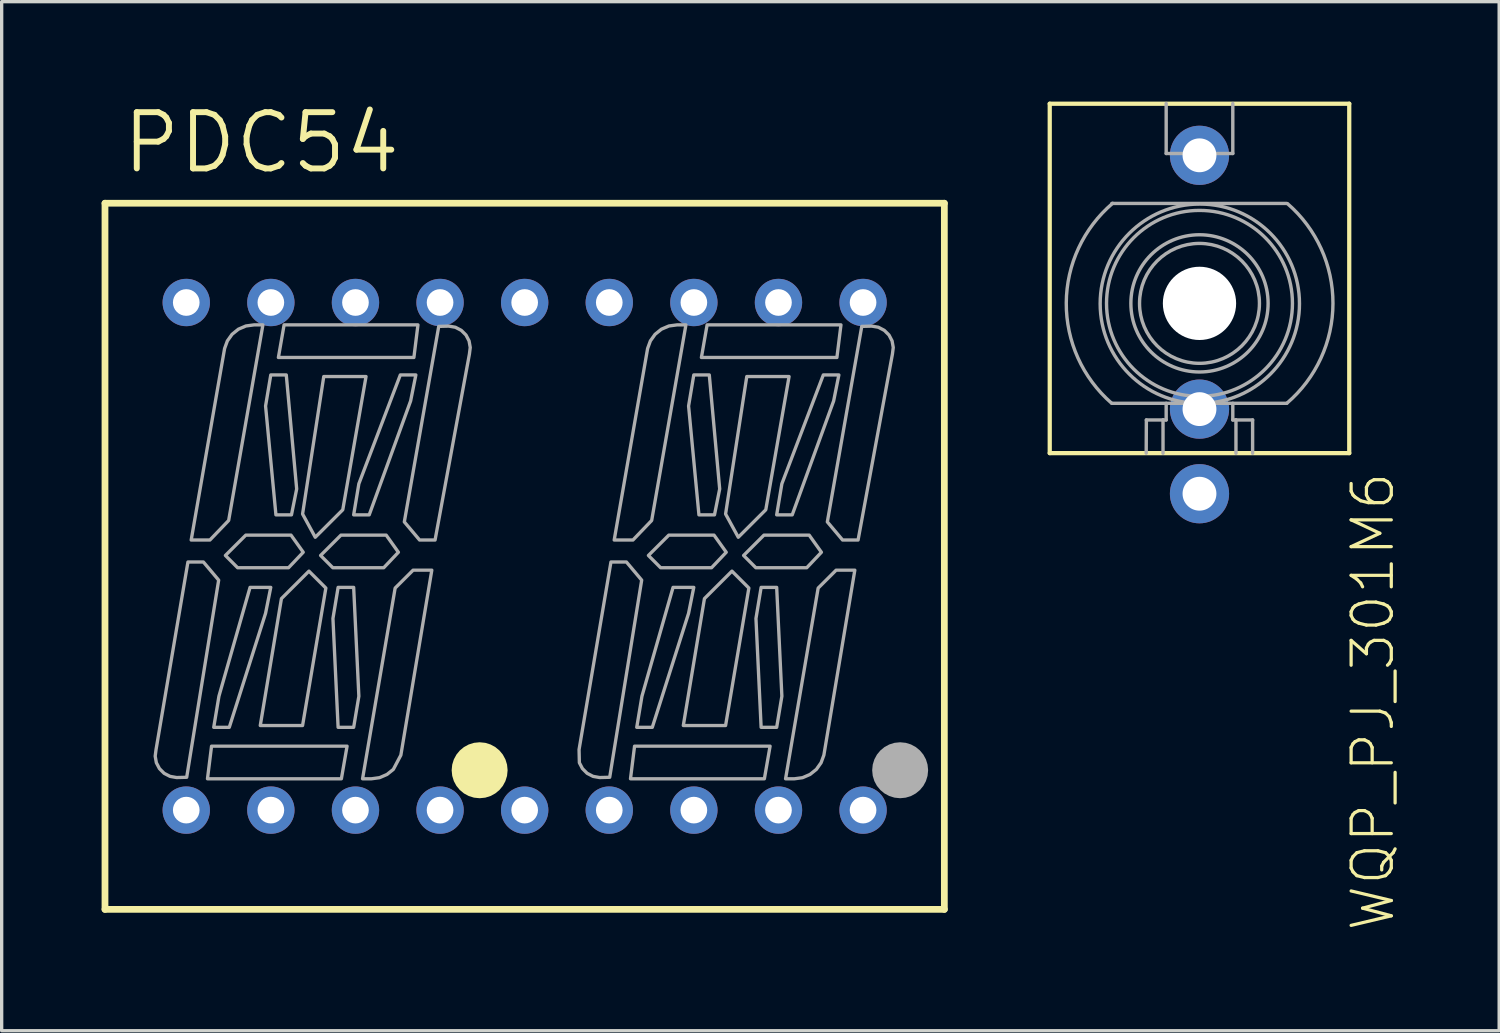
<source format=kicad_pcb>
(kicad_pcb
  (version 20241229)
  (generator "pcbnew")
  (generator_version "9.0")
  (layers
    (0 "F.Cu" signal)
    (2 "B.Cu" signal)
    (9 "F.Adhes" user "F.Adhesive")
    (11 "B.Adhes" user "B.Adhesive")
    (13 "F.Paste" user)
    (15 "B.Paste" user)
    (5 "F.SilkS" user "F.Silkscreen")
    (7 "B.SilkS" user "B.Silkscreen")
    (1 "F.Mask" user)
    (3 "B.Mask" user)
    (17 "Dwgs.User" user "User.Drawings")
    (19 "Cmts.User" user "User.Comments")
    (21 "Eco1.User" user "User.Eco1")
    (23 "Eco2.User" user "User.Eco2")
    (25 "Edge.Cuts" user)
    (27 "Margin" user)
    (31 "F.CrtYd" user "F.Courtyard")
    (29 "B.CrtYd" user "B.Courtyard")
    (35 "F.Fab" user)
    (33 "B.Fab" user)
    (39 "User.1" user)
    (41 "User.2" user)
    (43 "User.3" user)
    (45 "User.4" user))
  (footprint "WQP_PJ_301M6"
    (layer "F.Cu")
    (at 32.962 6.058)
    (property "Reference" "WQP_PJ_301M6" (at 4.5 5 90) (layer "F.SilkS") (effects (font (size 1.206 1.206) (thickness 0.097)) (justify right top)))
    (attr through_hole)
    (fp_line (start -4.496 -5.994) (end 4.496 -5.994) (stroke (width 0.127) (type solid)) (layer "F.SilkS"))
    (fp_line (start -4.496 4.496) (end -4.496 -5.994) (stroke (width 0.127) (type solid)) (layer "F.SilkS"))
    (fp_line (start 4.496 -5.994) (end 4.496 4.496) (stroke (width 0.127) (type solid)) (layer "F.SilkS"))
    (fp_line (start 4.496 4.496) (end -4.496 4.496) (stroke (width 0.127) (type solid)) (layer "F.SilkS"))
    (fp_line (start -2.631 -3) (end 2.62 -3) (stroke (width 0.102) (type solid)) (layer "F.Fab"))
    (fp_line (start -2.631 3) (end 2.62 3) (stroke (width 0.102) (type solid)) (layer "F.Fab"))
    (fp_line (start -1.6 4.496) (end -1.595 3.5) (stroke (width 0.102) (type solid)) (layer "F.Fab"))
    (fp_line (start -1.595 3.5) (end -1.095 3.5) (stroke (width 0.102) (type solid)) (layer "F.Fab"))
    (fp_line (start -1.095 3.5) (end -1.095 4.5) (stroke (width 0.102) (type solid)) (layer "F.Fab"))
    (fp_line (start -1.095 3.5) (end -1 3.5) (stroke (width 0.102) (type solid)) (layer "F.Fab"))
    (fp_line (start -1 -4.5) (end -1 -6) (stroke (width 0.102) (type solid)) (layer "F.Fab"))
    (fp_line (start -1 0) (end 1 0) (stroke (width 0.102) (type solid)) (layer "F.Fab"))
    (fp_line (start -1 3.5) (end -1 3) (stroke (width 0.102) (type solid)) (layer "F.Fab"))
    (fp_line (start 0 -1) (end 0 1) (stroke (width 0.102) (type solid)) (layer "F.Fab"))
    (fp_line (start 1 -6) (end 1 -4.5) (stroke (width 0.102) (type solid)) (layer "F.Fab"))
    (fp_line (start 1 -4.5) (end -1 -4.5) (stroke (width 0.102) (type solid)) (layer "F.Fab"))
    (fp_line (start 1 3) (end 1 3.5) (stroke (width 0.102) (type solid)) (layer "F.Fab"))
    (fp_line (start 1 3.5) (end 1.095 3.5) (stroke (width 0.102) (type solid)) (layer "F.Fab"))
    (fp_line (start 1.095 3.5) (end 1.095 4.5) (stroke (width 0.102) (type solid)) (layer "F.Fab"))
    (fp_line (start 1.095 3.5) (end 1.595 3.5) (stroke (width 0.102) (type solid)) (layer "F.Fab"))
    (fp_line (start 1.595 3.5) (end 1.595 4.5) (stroke (width 0.102) (type solid)) (layer "F.Fab"))
    (fp_arc (start -2.641998 2.994) (mid -3.999529 -0.012791) (end -2.608 -3.004) (stroke (width 0.1016) (type solid)) (layer "F.Fab"))
    (fp_arc (start 2.642 -2.994) (mid 4.007235 0.003208) (end 2.628 2.994) (stroke (width 0.1016) (type solid)) (layer "F.Fab"))
    (fp_circle (center 0 0) (end 1.8 0) (stroke (width 0.102) (type solid)) (fill no) (layer "F.Fab"))
    (fp_circle (center 0 0) (end 2.06 0) (stroke (width 0.102) (type solid)) (fill no) (layer "F.Fab"))
    (fp_circle (center 0 0) (end 2.791 0) (stroke (width 0.102) (type solid)) (fill no) (layer "F.Fab"))
    (fp_circle (center 0.01 0.01) (end 3.002 0.01) (stroke (width 0.102) (type solid)) (fill no) (layer "F.Fab"))
    (pad "" np_thru_hole circle (at 0 0) (size 2.2 2.2) (drill 2.2) (layers "*.Cu" "*.Mask"))
    (pad "P1" thru_hole circle (at 0 5.715) (size 1.778 1.778) (drill 1.016) (layers "*.Cu" "*.Mask"))
    (pad "P2" thru_hole circle (at 0 3.175) (size 1.778 1.778) (drill 1.016) (layers "*.Cu" "*.Mask"))
    (pad "P3" thru_hole circle (at 0 -4.445) (size 1.778 1.778) (drill 1.016) (layers "*.Cu" "*.Mask")))
  (footprint "PDC54"
    (layer "F.Cu")
    (at 12.702 13.652)
    (property "Reference" "PDC54" (at -12.165 -11.43 0) (layer "F.SilkS") (effects (font (size 1.689 1.689) (thickness 0.178)) (justify left bottom)))
    (attr through_hole)
    (fp_line (start -12.6 -10.6) (end 12.6 -10.6) (stroke (width 0.203) (type solid)) (layer "F.SilkS"))
    (fp_line (start -12.6 10.6) (end -12.6 -10.6) (stroke (width 0.203) (type solid)) (layer "F.SilkS"))
    (fp_line (start 12.6 -10.6) (end 12.6 10.6) (stroke (width 0.203) (type solid)) (layer "F.SilkS"))
    (fp_line (start 12.6 10.6) (end -12.6 10.6) (stroke (width 0.203) (type solid)) (layer "F.SilkS"))
    (fp_circle (center -1.352 6.423) (end -0.932 6.423) (stroke (width 0.84) (type solid)) (fill no) (layer "F.SilkS"))
    (fp_circle (center 11.273 6.423) (end 11.693 6.423) (stroke (width 0.84) (type solid)) (fill no) (layer "F.Fab"))
    (fp_poly (pts (xy -7.394 -5.969) (xy -7.223 -6.948) (xy -3.204 -6.948) (xy -3.326 -5.969)) (stroke (width 0.1) (type solid)) (fill no) (layer "F.Fab"))
    (fp_poly (pts (xy -5.332 5.7) (xy -5.503 6.679) (xy -9.523 6.679) (xy -9.401 5.7)) (stroke (width 0.1) (type solid)) (fill no) (layer "F.Fab"))
    (fp_poly (pts (xy 5.306 -5.969) (xy 5.477 -6.948) (xy 9.496 -6.948) (xy 9.374 -5.969)) (stroke (width 0.1) (type solid)) (fill no) (layer "F.Fab"))
    (fp_poly (pts (xy 7.368 5.7) (xy 7.197 6.679) (xy 3.177 6.679) (xy 3.299 5.7)) (stroke (width 0.1) (type solid)) (fill no) (layer "F.Fab"))
    (fp_poly (pts (xy -6.477 0.445) (xy -7.303 1.27) (xy -7.938 5.08) (xy -6.668 5.08) (xy -5.969 0.953)) (stroke (width 0.1) (type solid)) (fill no) (layer "F.Fab"))
    (fp_poly (pts (xy -6.287 -0.572) (xy -6.668 -1.27) (xy -6.032 -5.397) (xy -4.763 -5.397) (xy -5.461 -1.397)) (stroke (width 0.1) (type solid)) (fill no) (layer "F.Fab"))
    (fp_poly (pts (xy 6.223 0.445) (xy 5.397 1.27) (xy 4.763 5.08) (xy 6.032 5.08) (xy 6.731 0.953)) (stroke (width 0.1) (type solid)) (fill no) (layer "F.Fab"))
    (fp_poly (pts (xy 6.413 -0.572) (xy 6.032 -1.27) (xy 6.668 -5.397) (xy 7.938 -5.397) (xy 7.239 -1.397)) (stroke (width 0.1) (type solid)) (fill no) (layer "F.Fab"))
    (fp_poly (pts (xy -9.335 5.134) (xy -9.179 4.2) (xy -8.245 0.933) (xy -7.623 0.933) (xy -7.779 1.711) (xy -8.868 5.134)) (stroke (width 0.1) (type solid)) (fill no) (layer "F.Fab"))
    (fp_poly (pts (xy -8.985 -0.025) (xy -8.373 -0.636) (xy -7.015 -0.636) (xy -6.648 -0.122) (xy -7.089 0.343) (xy -8.618 0.343)) (stroke (width 0.1) (type solid)) (fill no) (layer "F.Fab"))
    (fp_poly (pts (xy -7.623 -5.445) (xy -7.779 -4.512) (xy -7.468 -1.245) (xy -7.001 -1.245) (xy -6.845 -2.022) (xy -7.157 -5.445)) (stroke (width 0.1) (type solid)) (fill no) (layer "F.Fab"))
    (fp_poly (pts (xy -6.127 -0.025) (xy -5.516 -0.636) (xy -4.158 -0.636) (xy -3.791 -0.122) (xy -4.231 0.343) (xy -5.76 0.343)) (stroke (width 0.1) (type solid)) (fill no) (layer "F.Fab"))
    (fp_poly (pts (xy -5.601 0.933) (xy -5.756 1.867) (xy -5.601 5.134) (xy -5.134 5.134) (xy -4.978 4.2) (xy -5.134 0.933)) (stroke (width 0.1) (type solid)) (fill no) (layer "F.Fab"))
    (fp_poly (pts (xy -5.134 -1.245) (xy -4.978 -2.178) (xy -3.734 -5.445) (xy -3.267 -5.445) (xy -3.423 -4.667) (xy -4.667 -1.245)) (stroke (width 0.1) (type solid)) (fill no) (layer "F.Fab"))
    (fp_poly (pts (xy 3.365 5.134) (xy 3.521 4.2) (xy 4.455 0.933) (xy 5.077 0.933) (xy 4.921 1.711) (xy 3.832 5.134)) (stroke (width 0.1) (type solid)) (fill no) (layer "F.Fab"))
    (fp_poly (pts (xy 3.715 -0.025) (xy 4.327 -0.636) (xy 5.685 -0.636) (xy 6.052 -0.122) (xy 5.611 0.343) (xy 4.082 0.343)) (stroke (width 0.1) (type solid)) (fill no) (layer "F.Fab"))
    (fp_poly (pts (xy 5.077 -5.445) (xy 4.921 -4.512) (xy 5.232 -1.245) (xy 5.699 -1.245) (xy 5.855 -2.022) (xy 5.543 -5.445)) (stroke (width 0.1) (type solid)) (fill no) (layer "F.Fab"))
    (fp_poly (pts (xy 6.573 -0.025) (xy 7.184 -0.636) (xy 8.542 -0.636) (xy 8.909 -0.122) (xy 8.469 0.343) (xy 6.94 0.343)) (stroke (width 0.1) (type solid)) (fill no) (layer "F.Fab"))
    (fp_poly (pts (xy 7.099 0.933) (xy 6.944 1.867) (xy 7.099 5.134) (xy 7.566 5.134) (xy 7.722 4.2) (xy 7.566 0.933)) (stroke (width 0.1) (type solid)) (fill no) (layer "F.Fab"))
    (fp_poly (pts (xy 7.566 -1.245) (xy 7.722 -2.178) (xy 8.966 -5.445) (xy 9.433 -5.445) (xy 9.277 -4.667) (xy 8.033 -1.245)) (stroke (width 0.1) (type solid)) (fill no) (layer "F.Fab"))
    (fp_poly (pts (xy -3.889 0.954) (xy -4.867 6.679) (xy -4.598 6.679) (xy -4.357 6.646) (xy -4.133 6.549) (xy -3.943 6.397) (xy -3.717 5.969) (xy -2.788 0.416) (xy -3.35 0.416)) (stroke (width 0.1) (type solid)) (fill no) (layer "F.Fab"))
    (fp_poly (pts (xy 3.813 -1.076) (xy 4.841 -6.948) (xy 4.572 -6.948) (xy 4.33 -6.915) (xy 4.106 -6.819) (xy 3.916 -6.666) (xy 3.774 -6.467) (xy 3.691 -6.239) (xy 2.688 -0.489) (xy 3.251 -0.489)) (stroke (width 0.1) (type solid)) (fill no) (layer "F.Fab"))
    (fp_poly (pts (xy -8.887 -1.076) (xy -7.859 -6.948) (xy -8.129 -6.948) (xy -8.128 -6.948) (xy -8.37 -6.915) (xy -8.594 -6.819) (xy -8.784 -6.666) (xy -8.926 -6.467) (xy -9.009 -6.239) (xy -10.012 -0.489) (xy -9.45 -0.489)) (stroke (width 0.1) (type solid)) (fill no) (layer "F.Fab"))
    (fp_poly (pts (xy 3.513 0.715) (xy 2.553 6.634) (xy 2.25 6.642) (xy 2.25 6.642) (xy 2.054 6.607) (xy 1.876 6.515) (xy 1.735 6.374) (xy 1.642 6.197) (xy 1.633 5.802) (xy 2.59 0.171) (xy 3.055 0.171)) (stroke (width 0.1) (type solid)) (fill no) (layer "F.Fab"))
    (fp_poly (pts (xy 8.811 0.954) (xy 7.833 6.679) (xy 8.102 6.679) (xy 8.102 6.679) (xy 8.343 6.646) (xy 8.567 6.549) (xy 8.757 6.397) (xy 8.899 6.198) (xy 8.983 5.969) (xy 9.912 0.416) (xy 9.35 0.416)) (stroke (width 0.1) (type solid)) (fill no) (layer "F.Fab"))
    (fp_poly (pts (xy 9.087 -1.033) (xy 10.12 -6.903) (xy 10.423 -6.911) (xy 10.62 -6.877) (xy 10.797 -6.784) (xy 10.939 -6.643) (xy 11.031 -6.466) (xy 11.066 -6.269) (xy 11.041 -6.071) (xy 10.01 -0.489) (xy 9.545 -0.489)) (stroke (width 0.1) (type solid)) (fill no) (layer "F.Fab"))
    (fp_poly (pts (xy -9.187 0.715) (xy -10.147 6.634) (xy -10.45 6.642) (xy -10.45 6.642) (xy -10.646 6.607) (xy -10.824 6.515) (xy -10.965 6.374) (xy -11.058 6.197) (xy -11.093 6) (xy -11.067 5.802) (xy -10.11 0.171) (xy -9.645 0.171)) (stroke (width 0.1) (type solid)) (fill no) (layer "F.Fab"))
    (fp_poly (pts (xy -3.613 -1.033) (xy -2.58 -6.903) (xy -2.277 -6.911) (xy -2.277 -6.911) (xy -2.08 -6.877) (xy -1.903 -6.784) (xy -1.761 -6.643) (xy -1.669 -6.466) (xy -1.634 -6.269) (xy -1.659 -6.071) (xy -2.69 -0.489) (xy -3.155 -0.489)) (stroke (width 0.1) (type solid)) (fill no) (layer "F.Fab"))
    (pad "1" thru_hole circle (at -10.16 7.62) (size 1.422 1.422) (drill 0.8) (layers "*.Cu" "*.Mask"))
    (pad "2" thru_hole circle (at -7.62 7.62) (size 1.422 1.422) (drill 0.8) (layers "*.Cu" "*.Mask"))
    (pad "3" thru_hole circle (at -5.08 7.62) (size 1.422 1.422) (drill 0.8) (layers "*.Cu" "*.Mask"))
    (pad "4" thru_hole circle (at -2.54 7.62) (size 1.422 1.422) (drill 0.8) (layers "*.Cu" "*.Mask"))
    (pad "5" thru_hole circle (at 0 7.62) (size 1.422 1.422) (drill 0.8) (layers "*.Cu" "*.Mask"))
    (pad "6" thru_hole circle (at 2.54 7.62) (size 1.422 1.422) (drill 0.8) (layers "*.Cu" "*.Mask"))
    (pad "7" thru_hole circle (at 5.08 7.62) (size 1.422 1.422) (drill 0.8) (layers "*.Cu" "*.Mask"))
    (pad "8" thru_hole circle (at 7.62 7.62) (size 1.422 1.422) (drill 0.8) (layers "*.Cu" "*.Mask"))
    (pad "9" thru_hole circle (at 10.16 7.62) (size 1.422 1.422) (drill 0.8) (layers "*.Cu" "*.Mask"))
    (pad "10" thru_hole circle (at 10.16 -7.62 180) (size 1.422 1.422) (drill 0.8) (layers "*.Cu" "*.Mask"))
    (pad "11" thru_hole circle (at 7.62 -7.62 180) (size 1.422 1.422) (drill 0.8) (layers "*.Cu" "*.Mask"))
    (pad "12" thru_hole circle (at 5.08 -7.62 180) (size 1.422 1.422) (drill 0.8) (layers "*.Cu" "*.Mask"))
    (pad "13" thru_hole circle (at 2.54 -7.62 180) (size 1.422 1.422) (drill 0.8) (layers "*.Cu" "*.Mask"))
    (pad "14" thru_hole circle (at 0 -7.62 180) (size 1.422 1.422) (drill 0.8) (layers "*.Cu" "*.Mask"))
    (pad "15" thru_hole circle (at -2.54 -7.62 180) (size 1.422 1.422) (drill 0.8) (layers "*.Cu" "*.Mask"))
    (pad "16" thru_hole circle (at -5.08 -7.62 180) (size 1.422 1.422) (drill 0.8) (layers "*.Cu" "*.Mask"))
    (pad "17" thru_hole circle (at -7.62 -7.62 180) (size 1.422 1.422) (drill 0.8) (layers "*.Cu" "*.Mask"))
    (pad "18" thru_hole circle (at -10.16 -7.62 180) (size 1.422 1.422) (drill 0.8) (layers "*.Cu" "*.Mask")))
  (gr_rect
    (start -3 -3)
    (end 41.959 27.895)
    (stroke (width 0.1) (type default))
    (fill no)
    (layer "Edge.Cuts")))
</source>
